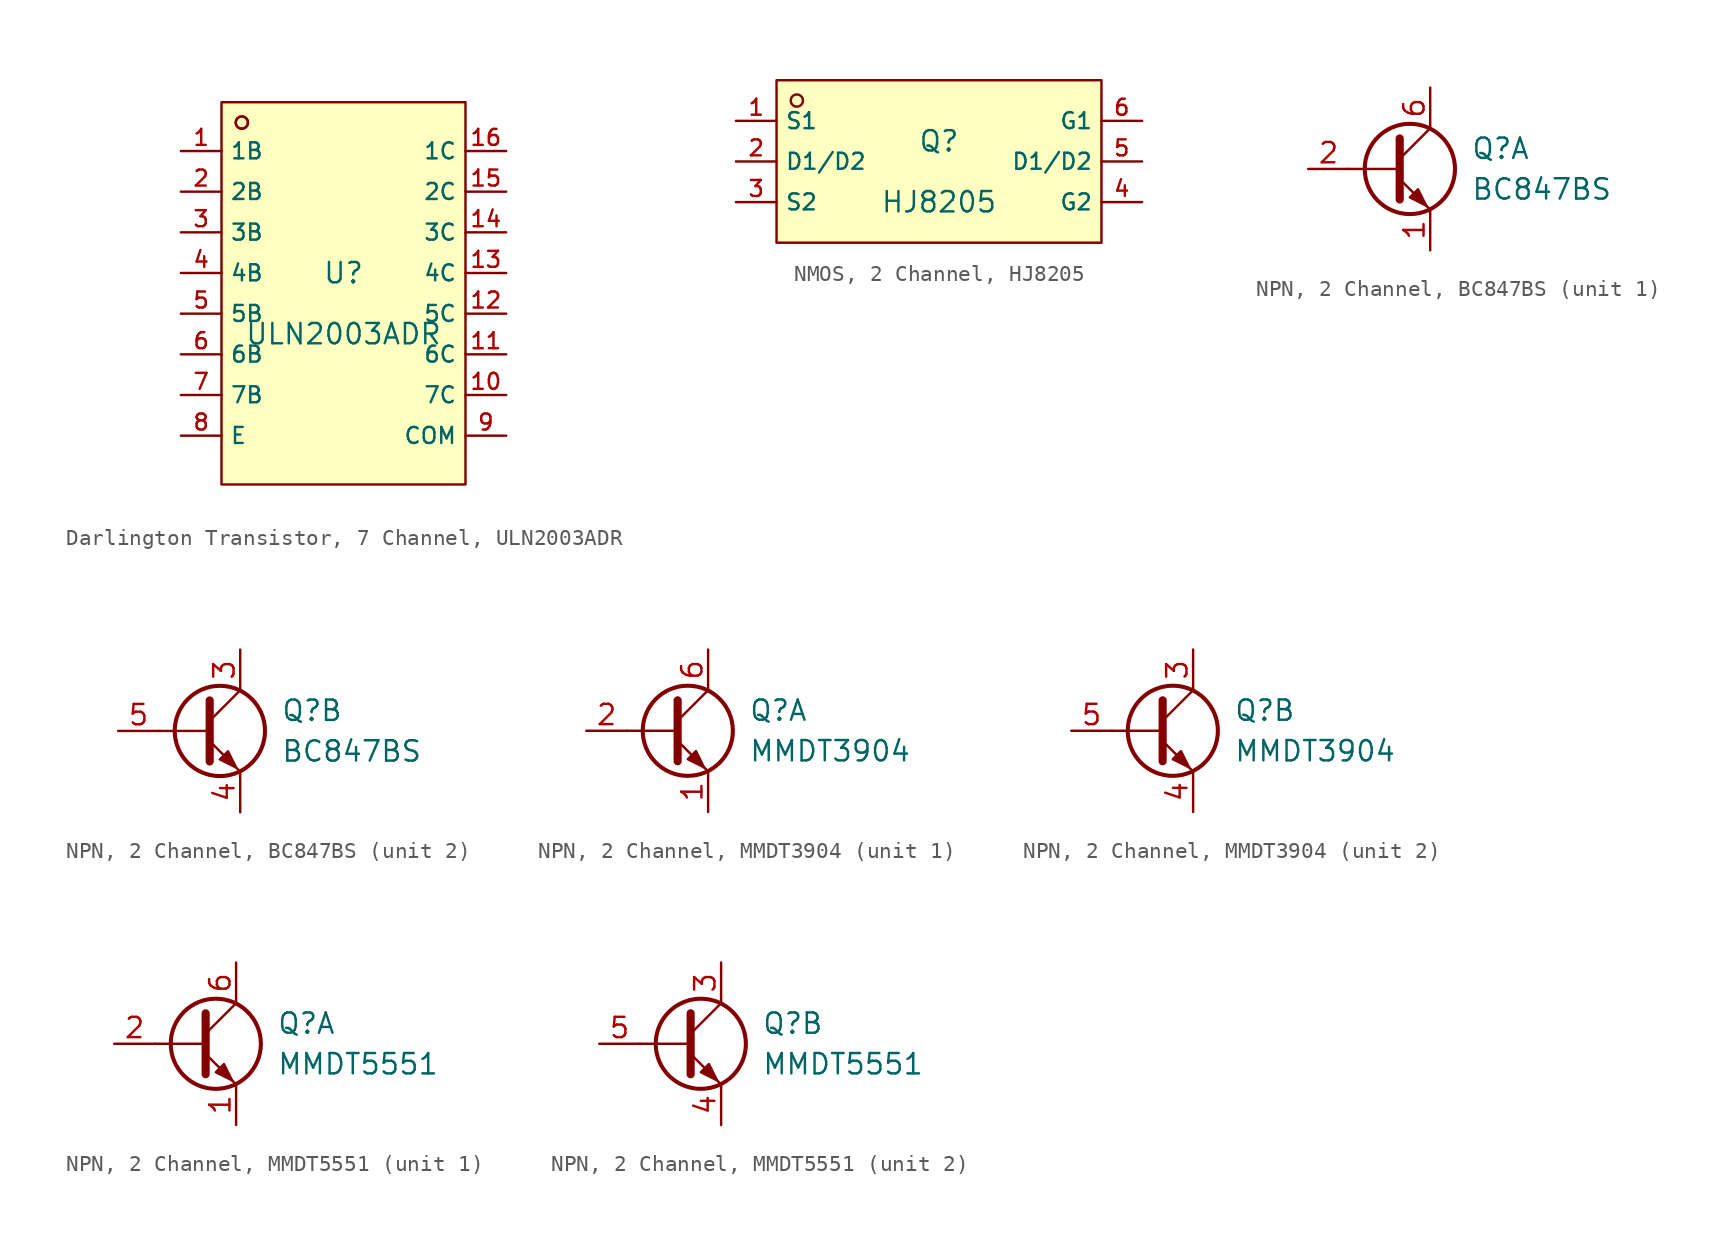
<source format=kicad_sym>
(kicad_symbol_lib
  (version 20231120)
  (generator "kicad_symbol_editor")
  (generator_version "8.0")
  (symbol "Darlington Transistor, 7 Channel, ULN2003ADR"
    (property "Reference" "U"
      (at 0 2.54 0)
      (effects (font (size 1.27 1.27))))
    (property "Value" "ULN2003ADR"
      (at 0 -1.27 0)
      (effects (font (size 1.27 1.27))))
    (symbol "Darlington Transistor, 7 Channel, ULN2003ADR_0_1"
      (rectangle (start -7.62 13.208) (end 7.62 -10.668) (stroke (width 0) (type default)) (fill (type background)))
      (circle (center -6.35 11.938) (radius 0.381) (stroke (width 0) (type default)) (fill (type background)))
      (circle (center -6.35 11.938) (radius 0.381) (stroke (width 0) (type default)) (fill (type background)))
      (pin unspecified line (at -10.16 10.16 0) (length 2.54) (name "1B" (effects (font (size 1 1)))) (number "1" (effects (font (size 1 1)))))
      (pin unspecified line (at 10.16 -5.08 180) (length 2.54) (name "7C" (effects (font (size 1 1)))) (number "10" (effects (font (size 1 1)))))
      (pin unspecified line (at 10.16 -2.54 180) (length 2.54) (name "6C" (effects (font (size 1 1)))) (number "11" (effects (font (size 1 1)))))
      (pin unspecified line (at 10.16 0 180) (length 2.54) (name "5C" (effects (font (size 1 1)))) (number "12" (effects (font (size 1 1)))))
      (pin unspecified line (at 10.16 2.54 180) (length 2.54) (name "4C" (effects (font (size 1 1)))) (number "13" (effects (font (size 1 1)))))
      (pin unspecified line (at 10.16 5.08 180) (length 2.54) (name "3C" (effects (font (size 1 1)))) (number "14" (effects (font (size 1 1)))))
      (pin unspecified line (at 10.16 7.62 180) (length 2.54) (name "2C" (effects (font (size 1 1)))) (number "15" (effects (font (size 1 1)))))
      (pin unspecified line (at 10.16 10.16 180) (length 2.54) (name "1C" (effects (font (size 1 1)))) (number "16" (effects (font (size 1 1)))))
      (pin unspecified line (at -10.16 7.62 0) (length 2.54) (name "2B" (effects (font (size 1 1)))) (number "2" (effects (font (size 1 1)))))
      (pin unspecified line (at -10.16 5.08 0) (length 2.54) (name "3B" (effects (font (size 1 1)))) (number "3" (effects (font (size 1 1)))))
      (pin unspecified line (at -10.16 2.54 0) (length 2.54) (name "4B" (effects (font (size 1 1)))) (number "4" (effects (font (size 1 1)))))
      (pin unspecified line (at -10.16 0 0) (length 2.54) (name "5B" (effects (font (size 1 1)))) (number "5" (effects (font (size 1 1)))))
      (pin unspecified line (at -10.16 -2.54 0) (length 2.54) (name "6B" (effects (font (size 1 1)))) (number "6" (effects (font (size 1 1)))))
      (pin unspecified line (at -10.16 -5.08 0) (length 2.54) (name "7B" (effects (font (size 1 1)))) (number "7" (effects (font (size 1 1))))))
    (symbol "Darlington Transistor, 7 Channel, ULN2003ADR_1_1"
      (pin unspecified line (at -10.16 -7.62 0) (length 2.54) (name "E" (effects (font (size 1 1)))) (number "8" (effects (font (size 1 1)))))
      (pin unspecified line (at 10.16 -7.62 180) (length 2.54) (name "COM" (effects (font (size 1 1)))) (number "9" (effects (font (size 1 1)))))))
  (symbol "NMOS, 2 Channel, HJ8205"
    (property "Reference" "Q"
      (at 0 1.27 0)
      (effects (font (size 1.27 1.27))))
    (property "Value" "HJ8205"
      (at 0 -2.54 0)
      (effects (font (size 1.27 1.27))))
    (symbol "NMOS, 2 Channel, HJ8205_0_1"
      (rectangle (start -10.16 5.08) (end 10.16 -5.08) (stroke (width 0) (type default)) (fill (type background)))
      (circle (center -8.89 3.81) (radius 0.381) (stroke (width 0) (type default)) (fill (type background)))
      (pin unspecified line (at -12.7 2.54 0) (length 2.54) (name "S1" (effects (font (size 1 1)))) (number "1" (effects (font (size 1 1)))))
      (pin unspecified line (at -12.7 0 0) (length 2.54) (name "D1/D2" (effects (font (size 1 1)))) (number "2" (effects (font (size 1 1)))))
      (pin unspecified line (at -12.7 -2.54 0) (length 2.54) (name "S2" (effects (font (size 1 1)))) (number "3" (effects (font (size 1 1)))))
      (pin unspecified line (at 12.7 -2.54 180) (length 2.54) (name "G2" (effects (font (size 1 1)))) (number "4" (effects (font (size 1 1)))))
      (pin unspecified line (at 12.7 0 180) (length 2.54) (name "D1/D2" (effects (font (size 1 1)))) (number "5" (effects (font (size 1 1)))))
      (pin unspecified line (at 12.7 2.54 180) (length 2.54) (name "G1" (effects (font (size 1 1)))) (number "6" (effects (font (size 1 1)))))))
  (symbol "NPN, 2 Channel, BC847BS"
    (pin_names
      (offset 0) hide)
    (property "Reference" "Q"
      (at 5.08 1.27 0)
      (effects (font (size 1.27 1.27)) (justify left)))
    (property "Value" "BC847BS"
      (at 5.08 -1.27 0)
      (effects (font (size 1.27 1.27)) (justify left)))
    (property "ki_locked" ""
      (at 0 0 0)
      (effects (font (size 1.27 1.27))))
    (symbol "NPN, 2 Channel, BC847BS_0_1"
      (polyline (pts (xy 0.635 0) (xy -2.54 0)) (stroke (width 0) (type default)) (fill (type none)))
      (polyline (pts (xy 0.635 0.635) (xy 2.54 2.54)) (stroke (width 0) (type default)) (fill (type none)))
      (polyline (pts (xy 0.635 -0.635) (xy 2.54 -2.54) (xy 2.54 -2.54)) (stroke (width 0) (type default)) (fill (type none)))
      (polyline (pts (xy 0.635 1.905) (xy 0.635 -1.905) (xy 0.635 -1.905)) (stroke (width 0.508) (type default)) (fill (type none)))
      (polyline (pts (xy 1.27 -1.778) (xy 1.778 -1.27) (xy 2.286 -2.286) (xy 1.27 -1.778) (xy 1.27 -1.778)) (stroke (width 0) (type default)) (fill (type outline)))
      (circle (center 1.27 0) (radius 2.819) (stroke (width 0.254) (type default)) (fill (type none))))
    (symbol "NPN, 2 Channel, BC847BS_1_1"
      (pin passive line (at 2.54 -5.08 90) (length 2.54) (name "E1" (effects (font (size 1.27 1.27)))) (number "1" (effects (font (size 1.27 1.27)))))
      (pin input line (at -5.08 0 0) (length 2.54) (name "B1" (effects (font (size 1.27 1.27)))) (number "2" (effects (font (size 1.27 1.27)))))
      (pin passive line (at 2.54 5.08 270) (length 2.54) (name "C1" (effects (font (size 1.27 1.27)))) (number "6" (effects (font (size 1.27 1.27))))))
    (symbol "NPN, 2 Channel, BC847BS_2_1"
      (pin passive line (at 2.54 5.08 270) (length 2.54) (name "C2" (effects (font (size 1.27 1.27)))) (number "3" (effects (font (size 1.27 1.27)))))
      (pin passive line (at 2.54 -5.08 90) (length 2.54) (name "E2" (effects (font (size 1.27 1.27)))) (number "4" (effects (font (size 1.27 1.27)))))
      (pin input line (at -5.08 0 0) (length 2.54) (name "B2" (effects (font (size 1.27 1.27)))) (number "5" (effects (font (size 1.27 1.27)))))))
  (symbol "NPN, 2 Channel, MMDT3904"
    (pin_names
      (offset 0) hide)
    (property "Reference" "Q"
      (at 5.08 1.27 0)
      (effects (font (size 1.27 1.27)) (justify left)))
    (property "Value" "MMDT3904"
      (at 5.08 -1.27 0)
      (effects (font (size 1.27 1.27)) (justify left)))
    (property "ki_locked" ""
      (at 0 0 0)
      (effects (font (size 1.27 1.27))))
    (symbol "NPN, 2 Channel, MMDT3904_0_1"
      (polyline (pts (xy 0.635 0) (xy -2.54 0)) (stroke (width 0) (type default)) (fill (type none)))
      (polyline (pts (xy 0.635 0.635) (xy 2.54 2.54)) (stroke (width 0) (type default)) (fill (type none)))
      (polyline (pts (xy 0.635 -0.635) (xy 2.54 -2.54) (xy 2.54 -2.54)) (stroke (width 0) (type default)) (fill (type none)))
      (polyline (pts (xy 0.635 1.905) (xy 0.635 -1.905) (xy 0.635 -1.905)) (stroke (width 0.508) (type default)) (fill (type none)))
      (polyline (pts (xy 1.27 -1.778) (xy 1.778 -1.27) (xy 2.286 -2.286) (xy 1.27 -1.778) (xy 1.27 -1.778)) (stroke (width 0) (type default)) (fill (type outline)))
      (circle (center 1.27 0) (radius 2.819) (stroke (width 0.254) (type default)) (fill (type none))))
    (symbol "NPN, 2 Channel, MMDT3904_1_1"
      (pin passive line (at 2.54 -5.08 90) (length 2.54) (name "E1" (effects (font (size 1.27 1.27)))) (number "1" (effects (font (size 1.27 1.27)))))
      (pin input line (at -5.08 0 0) (length 2.54) (name "B1" (effects (font (size 1.27 1.27)))) (number "2" (effects (font (size 1.27 1.27)))))
      (pin passive line (at 2.54 5.08 270) (length 2.54) (name "C1" (effects (font (size 1.27 1.27)))) (number "6" (effects (font (size 1.27 1.27))))))
    (symbol "NPN, 2 Channel, MMDT3904_2_1"
      (pin passive line (at 2.54 5.08 270) (length 2.54) (name "C2" (effects (font (size 1.27 1.27)))) (number "3" (effects (font (size 1.27 1.27)))))
      (pin passive line (at 2.54 -5.08 90) (length 2.54) (name "E2" (effects (font (size 1.27 1.27)))) (number "4" (effects (font (size 1.27 1.27)))))
      (pin input line (at -5.08 0 0) (length 2.54) (name "B2" (effects (font (size 1.27 1.27)))) (number "5" (effects (font (size 1.27 1.27)))))))
  (symbol "NPN, 2 Channel, MMDT5551"
    (pin_names
      (offset 0) hide)
    (property "Reference" "Q"
      (at 5.08 1.27 0)
      (effects (font (size 1.27 1.27)) (justify left)))
    (property "Value" "MMDT5551"
      (at 5.08 -1.27 0)
      (effects (font (size 1.27 1.27)) (justify left)))
    (property "ki_locked" ""
      (at 0 0 0)
      (effects (font (size 1.27 1.27))))
    (symbol "NPN, 2 Channel, MMDT5551_0_1"
      (polyline (pts (xy 0.635 0) (xy -2.54 0)) (stroke (width 0) (type default)) (fill (type none)))
      (polyline (pts (xy 0.635 0.635) (xy 2.54 2.54)) (stroke (width 0) (type default)) (fill (type none)))
      (polyline (pts (xy 0.635 -0.635) (xy 2.54 -2.54) (xy 2.54 -2.54)) (stroke (width 0) (type default)) (fill (type none)))
      (polyline (pts (xy 0.635 1.905) (xy 0.635 -1.905) (xy 0.635 -1.905)) (stroke (width 0.508) (type default)) (fill (type none)))
      (polyline (pts (xy 1.27 -1.778) (xy 1.778 -1.27) (xy 2.286 -2.286) (xy 1.27 -1.778) (xy 1.27 -1.778)) (stroke (width 0) (type default)) (fill (type outline)))
      (circle (center 1.27 0) (radius 2.819) (stroke (width 0.254) (type default)) (fill (type none))))
    (symbol "NPN, 2 Channel, MMDT5551_1_1"
      (pin passive line (at 2.54 -5.08 90) (length 2.54) (name "E1" (effects (font (size 1.27 1.27)))) (number "1" (effects (font (size 1.27 1.27)))))
      (pin input line (at -5.08 0 0) (length 2.54) (name "B1" (effects (font (size 1.27 1.27)))) (number "2" (effects (font (size 1.27 1.27)))))
      (pin passive line (at 2.54 5.08 270) (length 2.54) (name "C1" (effects (font (size 1.27 1.27)))) (number "6" (effects (font (size 1.27 1.27))))))
    (symbol "NPN, 2 Channel, MMDT5551_2_1"
      (pin passive line (at 2.54 5.08 270) (length 2.54) (name "C2" (effects (font (size 1.27 1.27)))) (number "3" (effects (font (size 1.27 1.27)))))
      (pin passive line (at 2.54 -5.08 90) (length 2.54) (name "E2" (effects (font (size 1.27 1.27)))) (number "4" (effects (font (size 1.27 1.27)))))
      (pin input line (at -5.08 0 0) (length 2.54) (name "B2" (effects (font (size 1.27 1.27)))) (number "5" (effects (font (size 1.27 1.27))))))))
</source>
